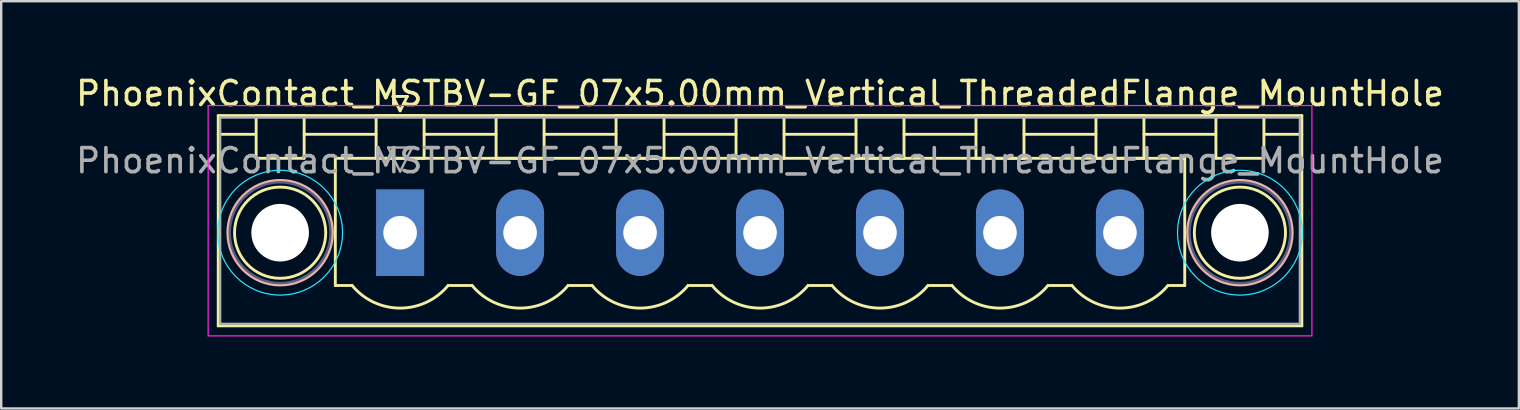
<source format=kicad_pcb>
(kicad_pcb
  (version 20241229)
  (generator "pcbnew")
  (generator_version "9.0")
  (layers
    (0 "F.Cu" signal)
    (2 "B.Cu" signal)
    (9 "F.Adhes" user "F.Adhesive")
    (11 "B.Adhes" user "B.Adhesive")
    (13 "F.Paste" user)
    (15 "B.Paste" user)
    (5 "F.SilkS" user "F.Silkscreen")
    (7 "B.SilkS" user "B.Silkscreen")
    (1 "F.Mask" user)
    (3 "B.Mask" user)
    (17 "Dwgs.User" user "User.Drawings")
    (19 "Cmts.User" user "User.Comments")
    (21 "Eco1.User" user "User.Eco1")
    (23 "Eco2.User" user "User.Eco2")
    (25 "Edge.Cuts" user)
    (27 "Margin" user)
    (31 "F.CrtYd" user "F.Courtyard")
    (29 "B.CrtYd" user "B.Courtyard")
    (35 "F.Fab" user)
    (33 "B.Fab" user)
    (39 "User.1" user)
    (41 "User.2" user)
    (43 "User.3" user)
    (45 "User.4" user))
  (footprint "PhoenixContact_MSTBV-GF_07x5.00mm_Vertical_ThreadedFlange_MountHole"
    (layer "F.Cu")
    (at 13.625 6.648)
    (property "Reference" "PhoenixContact_MSTBV-GF_07x5.00mm_Vertical_ThreadedFlange_MountHole" (at 15 -5.8 0) (layer "F.SilkS") (effects (font (size 1 1) (thickness 0.15))))
    (attr through_hole)
    (fp_line (start -7.58 -4.88) (end -7.58 3.88) (stroke (width 0.12) (type solid)) (layer "F.SilkS"))
    (fp_line (start -7.58 -4.1) (end -6.08 -4.1) (stroke (width 0.12) (type solid)) (layer "F.SilkS"))
    (fp_line (start -7.58 3.88) (end 37.58 3.88) (stroke (width 0.12) (type solid)) (layer "F.SilkS"))
    (fp_line (start -6 -4.88) (end -4 -4.88) (stroke (width 0.12) (type solid)) (layer "F.SilkS"))
    (fp_line (start -6 -3.1) (end -6 -4.88) (stroke (width 0.12) (type solid)) (layer "F.SilkS"))
    (fp_line (start -4 -4.88) (end -4 -3.1) (stroke (width 0.12) (type solid)) (layer "F.SilkS"))
    (fp_line (start -4 -4.1) (end -1 -4.1) (stroke (width 0.12) (type solid)) (layer "F.SilkS"))
    (fp_line (start -4 -3.1) (end -6 -3.1) (stroke (width 0.12) (type solid)) (layer "F.SilkS"))
    (fp_line (start -2.7 -3.1) (end 32.7 -3.1) (stroke (width 0.12) (type solid)) (layer "F.SilkS"))
    (fp_line (start -2.7 2.2) (end -2.7 -3.1) (stroke (width 0.12) (type solid)) (layer "F.SilkS"))
    (fp_line (start -2 2.2) (end -2.7 2.2) (stroke (width 0.12) (type solid)) (layer "F.SilkS"))
    (fp_line (start -1 -4.88) (end 1 -4.88) (stroke (width 0.12) (type solid)) (layer "F.SilkS"))
    (fp_line (start -1 -3.1) (end -1 -4.88) (stroke (width 0.12) (type solid)) (layer "F.SilkS"))
    (fp_line (start -0.3 -5.68) (end 0.3 -5.68) (stroke (width 0.12) (type solid)) (layer "F.SilkS"))
    (fp_line (start 0 -5.08) (end -0.3 -5.68) (stroke (width 0.12) (type solid)) (layer "F.SilkS"))
    (fp_line (start 0.3 -5.68) (end 0 -5.08) (stroke (width 0.12) (type solid)) (layer "F.SilkS"))
    (fp_line (start 1 -4.88) (end 1 -3.1) (stroke (width 0.12) (type solid)) (layer "F.SilkS"))
    (fp_line (start 1 -4.1) (end 4 -4.1) (stroke (width 0.12) (type solid)) (layer "F.SilkS"))
    (fp_line (start 1 -3.1) (end -1 -3.1) (stroke (width 0.12) (type solid)) (layer "F.SilkS"))
    (fp_line (start 2 2.2) (end 3 2.2) (stroke (width 0.12) (type solid)) (layer "F.SilkS"))
    (fp_line (start 4 -4.88) (end 6 -4.88) (stroke (width 0.12) (type solid)) (layer "F.SilkS"))
    (fp_line (start 4 -3.1) (end 4 -4.88) (stroke (width 0.12) (type solid)) (layer "F.SilkS"))
    (fp_line (start 6 -4.88) (end 6 -3.1) (stroke (width 0.12) (type solid)) (layer "F.SilkS"))
    (fp_line (start 6 -4.1) (end 9 -4.1) (stroke (width 0.12) (type solid)) (layer "F.SilkS"))
    (fp_line (start 6 -3.1) (end 4 -3.1) (stroke (width 0.12) (type solid)) (layer "F.SilkS"))
    (fp_line (start 7 2.2) (end 8 2.2) (stroke (width 0.12) (type solid)) (layer "F.SilkS"))
    (fp_line (start 9 -4.88) (end 11 -4.88) (stroke (width 0.12) (type solid)) (layer "F.SilkS"))
    (fp_line (start 9 -3.1) (end 9 -4.88) (stroke (width 0.12) (type solid)) (layer "F.SilkS"))
    (fp_line (start 11 -4.88) (end 11 -3.1) (stroke (width 0.12) (type solid)) (layer "F.SilkS"))
    (fp_line (start 11 -4.1) (end 14 -4.1) (stroke (width 0.12) (type solid)) (layer "F.SilkS"))
    (fp_line (start 11 -3.1) (end 9 -3.1) (stroke (width 0.12) (type solid)) (layer "F.SilkS"))
    (fp_line (start 12 2.2) (end 13 2.2) (stroke (width 0.12) (type solid)) (layer "F.SilkS"))
    (fp_line (start 14 -4.88) (end 16 -4.88) (stroke (width 0.12) (type solid)) (layer "F.SilkS"))
    (fp_line (start 14 -3.1) (end 14 -4.88) (stroke (width 0.12) (type solid)) (layer "F.SilkS"))
    (fp_line (start 16 -4.88) (end 16 -3.1) (stroke (width 0.12) (type solid)) (layer "F.SilkS"))
    (fp_line (start 16 -4.1) (end 19 -4.1) (stroke (width 0.12) (type solid)) (layer "F.SilkS"))
    (fp_line (start 16 -3.1) (end 14 -3.1) (stroke (width 0.12) (type solid)) (layer "F.SilkS"))
    (fp_line (start 17 2.2) (end 18 2.2) (stroke (width 0.12) (type solid)) (layer "F.SilkS"))
    (fp_line (start 19 -4.88) (end 21 -4.88) (stroke (width 0.12) (type solid)) (layer "F.SilkS"))
    (fp_line (start 19 -3.1) (end 19 -4.88) (stroke (width 0.12) (type solid)) (layer "F.SilkS"))
    (fp_line (start 21 -4.88) (end 21 -3.1) (stroke (width 0.12) (type solid)) (layer "F.SilkS"))
    (fp_line (start 21 -4.1) (end 24 -4.1) (stroke (width 0.12) (type solid)) (layer "F.SilkS"))
    (fp_line (start 21 -3.1) (end 19 -3.1) (stroke (width 0.12) (type solid)) (layer "F.SilkS"))
    (fp_line (start 22 2.2) (end 23 2.2) (stroke (width 0.12) (type solid)) (layer "F.SilkS"))
    (fp_line (start 24 -4.88) (end 26 -4.88) (stroke (width 0.12) (type solid)) (layer "F.SilkS"))
    (fp_line (start 24 -3.1) (end 24 -4.88) (stroke (width 0.12) (type solid)) (layer "F.SilkS"))
    (fp_line (start 26 -4.88) (end 26 -3.1) (stroke (width 0.12) (type solid)) (layer "F.SilkS"))
    (fp_line (start 26 -4.1) (end 29 -4.1) (stroke (width 0.12) (type solid)) (layer "F.SilkS"))
    (fp_line (start 26 -3.1) (end 24 -3.1) (stroke (width 0.12) (type solid)) (layer "F.SilkS"))
    (fp_line (start 27 2.2) (end 28 2.2) (stroke (width 0.12) (type solid)) (layer "F.SilkS"))
    (fp_line (start 29 -4.88) (end 31 -4.88) (stroke (width 0.12) (type solid)) (layer "F.SilkS"))
    (fp_line (start 29 -3.1) (end 29 -4.88) (stroke (width 0.12) (type solid)) (layer "F.SilkS"))
    (fp_line (start 31 -4.88) (end 31 -3.1) (stroke (width 0.12) (type solid)) (layer "F.SilkS"))
    (fp_line (start 31 -4.1) (end 34 -4.1) (stroke (width 0.12) (type solid)) (layer "F.SilkS"))
    (fp_line (start 31 -3.1) (end 29 -3.1) (stroke (width 0.12) (type solid)) (layer "F.SilkS"))
    (fp_line (start 32.7 -3.1) (end 32.7 2.2) (stroke (width 0.12) (type solid)) (layer "F.SilkS"))
    (fp_line (start 32.7 2.2) (end 32 2.2) (stroke (width 0.12) (type solid)) (layer "F.SilkS"))
    (fp_line (start 34 -4.88) (end 36 -4.88) (stroke (width 0.12) (type solid)) (layer "F.SilkS"))
    (fp_line (start 34 -3.1) (end 34 -4.88) (stroke (width 0.12) (type solid)) (layer "F.SilkS"))
    (fp_line (start 36 -4.88) (end 36 -3.1) (stroke (width 0.12) (type solid)) (layer "F.SilkS"))
    (fp_line (start 36 -3.1) (end 34 -3.1) (stroke (width 0.12) (type solid)) (layer "F.SilkS"))
    (fp_line (start 37.58 -4.88) (end -7.58 -4.88) (stroke (width 0.12) (type solid)) (layer "F.SilkS"))
    (fp_line (start 37.58 -4.1) (end 36.08 -4.1) (stroke (width 0.12) (type solid)) (layer "F.SilkS"))
    (fp_line (start 37.58 3.88) (end 37.58 -4.88) (stroke (width 0.12) (type solid)) (layer "F.SilkS"))
    (fp_arc (start 1.986842 2.215821) (mid -0.010289 3.142758) (end -2 2.2) (stroke (width 0.12) (type solid)) (layer "F.SilkS"))
    (fp_arc (start 6.986842 2.215821) (mid 4.989711 3.142758) (end 3 2.2) (stroke (width 0.12) (type solid)) (layer "F.SilkS"))
    (fp_arc (start 11.986842 2.215821) (mid 9.989711 3.142758) (end 8 2.2) (stroke (width 0.12) (type solid)) (layer "F.SilkS"))
    (fp_arc (start 16.986842 2.215821) (mid 14.989711 3.142758) (end 13 2.2) (stroke (width 0.12) (type solid)) (layer "F.SilkS"))
    (fp_arc (start 21.986842 2.215821) (mid 19.989711 3.142758) (end 18 2.2) (stroke (width 0.12) (type solid)) (layer "F.SilkS"))
    (fp_arc (start 26.986842 2.215821) (mid 24.989711 3.142758) (end 23 2.2) (stroke (width 0.12) (type solid)) (layer "F.SilkS"))
    (fp_arc (start 31.986842 2.215821) (mid 29.989711 3.142758) (end 28 2.2) (stroke (width 0.12) (type solid)) (layer "F.SilkS"))
    (fp_circle (center -5 0) (end -3.1 0) (stroke (width 0.12) (type solid)) (fill no) (layer "F.SilkS"))
    (fp_circle (center 35 0) (end 36.9 0) (stroke (width 0.12) (type solid)) (fill no) (layer "F.SilkS"))
    (fp_circle (center -5 0) (end -2.82 0) (stroke (width 0.12) (type solid)) (fill no) (layer "B.SilkS"))
    (fp_circle (center 35 0) (end 37.18 0) (stroke (width 0.12) (type solid)) (fill no) (layer "B.SilkS"))
    (fp_circle (center -5 0) (end -2.4 0) (stroke (width 0.05) (type solid)) (fill no) (layer "B.CrtYd"))
    (fp_circle (center 35 0) (end 37.6 0) (stroke (width 0.05) (type solid)) (fill no) (layer "B.CrtYd"))
    (fp_line (start -8 -5.3) (end -8 4.3) (stroke (width 0.05) (type solid)) (layer "F.CrtYd"))
    (fp_line (start -8 4.3) (end 38 4.3) (stroke (width 0.05) (type solid)) (layer "F.CrtYd"))
    (fp_line (start 38 -5.3) (end -8 -5.3) (stroke (width 0.05) (type solid)) (layer "F.CrtYd"))
    (fp_line (start 38 4.3) (end 38 -5.3) (stroke (width 0.05) (type solid)) (layer "F.CrtYd"))
    (fp_circle (center -5 0) (end -2.9 0) (stroke (width 0.1) (type solid)) (fill no) (layer "B.Fab"))
    (fp_circle (center 35 0) (end 37.1 0) (stroke (width 0.1) (type solid)) (fill no) (layer "B.Fab"))
    (fp_line (start -7.5 -4.8) (end -7.5 3.8) (stroke (width 0.1) (type solid)) (layer "F.Fab"))
    (fp_line (start -7.5 3.8) (end 37.5 3.8) (stroke (width 0.1) (type solid)) (layer "F.Fab"))
    (fp_line (start -0.5 -3.55) (end 0.5 -3.55) (stroke (width 0.1) (type solid)) (layer "F.Fab"))
    (fp_line (start 0 -2.55) (end -0.5 -3.55) (stroke (width 0.1) (type solid)) (layer "F.Fab"))
    (fp_line (start 0.5 -3.55) (end 0 -2.55) (stroke (width 0.1) (type solid)) (layer "F.Fab"))
    (fp_line (start 37.5 -4.8) (end -7.5 -4.8) (stroke (width 0.1) (type solid)) (layer "F.Fab"))
    (fp_line (start 37.5 3.8) (end 37.5 -4.8) (stroke (width 0.1) (type solid)) (layer "F.Fab"))
    (fp_text user "${REFERENCE}" (at 15 -3 0) (layer "F.Fab") (effects (font (size 1 1) (thickness 0.15))))
    (pad "" np_thru_hole circle (at -5 0) (size 2.4 2.4) (drill 2.4) (layers "*.Cu" "*.Mask"))
    (pad "" np_thru_hole circle (at 35 0) (size 2.4 2.4) (drill 2.4) (layers "*.Cu" "*.Mask"))
    (pad "1" thru_hole rect (at 0 0) (size 2 3.6) (drill 1.4) (layers "*.Cu" "*.Mask"))
    (pad "2" thru_hole oval (at 5 0) (size 2 3.6) (drill 1.4) (layers "*.Cu" "*.Mask"))
    (pad "3" thru_hole oval (at 10 0) (size 2 3.6) (drill 1.4) (layers "*.Cu" "*.Mask"))
    (pad "4" thru_hole oval (at 15 0) (size 2 3.6) (drill 1.4) (layers "*.Cu" "*.Mask"))
    (pad "5" thru_hole oval (at 20 0) (size 2 3.6) (drill 1.4) (layers "*.Cu" "*.Mask"))
    (pad "6" thru_hole oval (at 25 0) (size 2 3.6) (drill 1.4) (layers "*.Cu" "*.Mask"))
    (pad "7" thru_hole oval (at 30 0) (size 2 3.6) (drill 1.4) (layers "*.Cu" "*.Mask")))
  (gr_rect
    (start -3 -3)
    (end 60.25 13.973)
    (stroke (width 0.1) (type default))
    (fill no)
    (layer "Edge.Cuts")))
</source>
